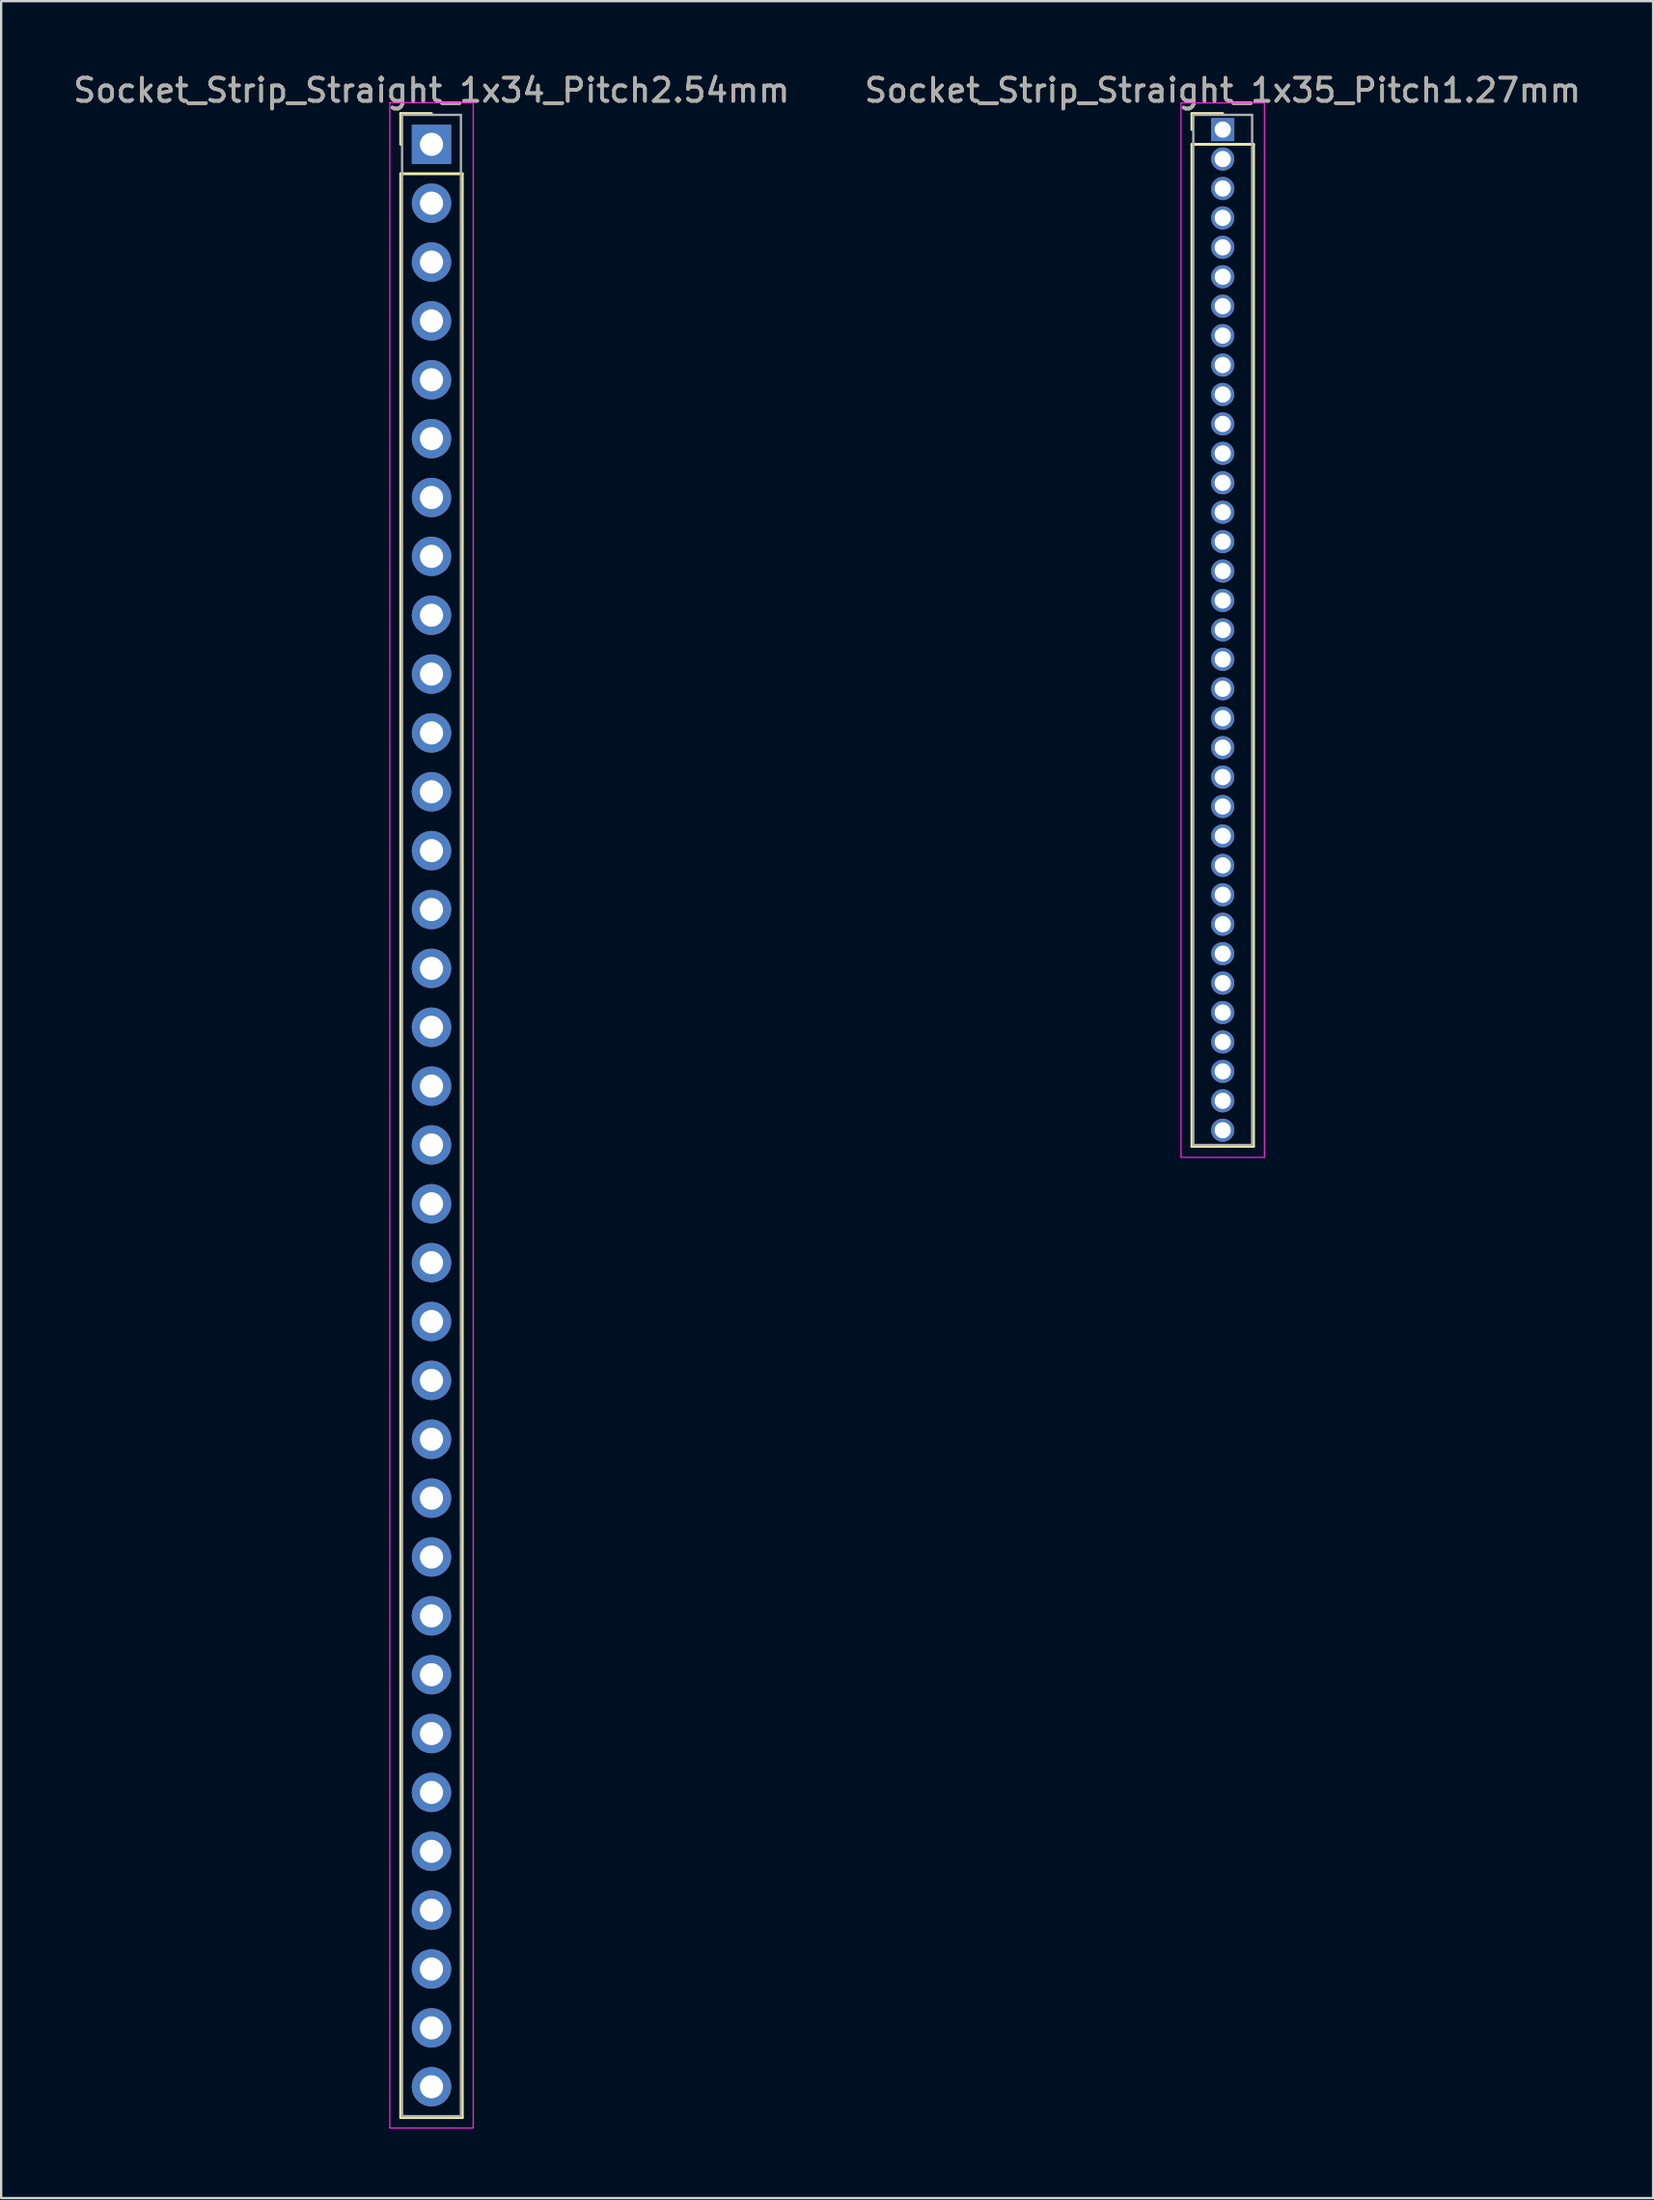
<source format=kicad_pcb>
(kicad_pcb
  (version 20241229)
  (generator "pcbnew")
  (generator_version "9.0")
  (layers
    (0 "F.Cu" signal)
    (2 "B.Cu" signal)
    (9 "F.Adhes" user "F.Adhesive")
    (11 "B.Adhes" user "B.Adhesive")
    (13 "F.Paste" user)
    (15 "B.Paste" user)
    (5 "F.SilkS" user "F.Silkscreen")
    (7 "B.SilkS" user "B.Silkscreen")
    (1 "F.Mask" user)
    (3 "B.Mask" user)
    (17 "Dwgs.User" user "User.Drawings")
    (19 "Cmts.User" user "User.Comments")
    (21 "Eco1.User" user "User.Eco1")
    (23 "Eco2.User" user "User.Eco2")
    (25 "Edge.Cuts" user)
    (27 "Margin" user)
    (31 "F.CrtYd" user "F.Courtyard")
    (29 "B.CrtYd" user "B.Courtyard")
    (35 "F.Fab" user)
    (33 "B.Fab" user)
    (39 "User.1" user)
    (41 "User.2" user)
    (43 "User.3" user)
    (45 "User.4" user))
  (footprint "Socket_Strip_Straight_1x34_Pitch2.54mm"
    (layer "F.Cu")
    (at 15.577 3.178)
    (property "Reference" "Socket_Strip_Straight_1x34_Pitch2.54mm" (at 0 -2.33 0) (layer "F.SilkS") (effects (font (size 1 1) (thickness 0.15))))
    (attr through_hole)
    (fp_line (start -1.33 -1.33) (end 0 -1.33) (stroke (width 0.12) (type solid)) (layer "F.SilkS"))
    (fp_line (start -1.33 0) (end -1.33 -1.33) (stroke (width 0.12) (type solid)) (layer "F.SilkS"))
    (fp_line (start -1.33 1.27) (end -1.33 85.15) (stroke (width 0.12) (type solid)) (layer "F.SilkS"))
    (fp_line (start -1.33 85.15) (end 1.33 85.15) (stroke (width 0.12) (type solid)) (layer "F.SilkS"))
    (fp_line (start 1.33 1.27) (end -1.33 1.27) (stroke (width 0.12) (type solid)) (layer "F.SilkS"))
    (fp_line (start 1.33 85.15) (end 1.33 1.27) (stroke (width 0.12) (type solid)) (layer "F.SilkS"))
    (fp_line (start -1.8 -1.8) (end -1.8 85.6) (stroke (width 0.05) (type solid)) (layer "F.CrtYd"))
    (fp_line (start -1.8 85.6) (end 1.8 85.6) (stroke (width 0.05) (type solid)) (layer "F.CrtYd"))
    (fp_line (start 1.8 -1.8) (end -1.8 -1.8) (stroke (width 0.05) (type solid)) (layer "F.CrtYd"))
    (fp_line (start 1.8 85.6) (end 1.8 -1.8) (stroke (width 0.05) (type solid)) (layer "F.CrtYd"))
    (fp_line (start -1.27 -1.27) (end -1.27 85.09) (stroke (width 0.1) (type solid)) (layer "F.Fab"))
    (fp_line (start -1.27 85.09) (end 1.27 85.09) (stroke (width 0.1) (type solid)) (layer "F.Fab"))
    (fp_line (start 1.27 -1.27) (end -1.27 -1.27) (stroke (width 0.1) (type solid)) (layer "F.Fab"))
    (fp_line (start 1.27 85.09) (end 1.27 -1.27) (stroke (width 0.1) (type solid)) (layer "F.Fab"))
    (fp_text user "${REFERENCE}" (at 0 -2.33 0) (layer "F.Fab") (effects (font (size 1 1) (thickness 0.15))))
    (pad "1" thru_hole rect (at 0 0) (size 1.7 1.7) (drill 1) (layers "*.Cu" "*.Mask"))
    (pad "2" thru_hole oval (at 0 2.54) (size 1.7 1.7) (drill 1) (layers "*.Cu" "*.Mask"))
    (pad "3" thru_hole oval (at 0 5.08) (size 1.7 1.7) (drill 1) (layers "*.Cu" "*.Mask"))
    (pad "4" thru_hole oval (at 0 7.62) (size 1.7 1.7) (drill 1) (layers "*.Cu" "*.Mask"))
    (pad "5" thru_hole oval (at 0 10.16) (size 1.7 1.7) (drill 1) (layers "*.Cu" "*.Mask"))
    (pad "6" thru_hole oval (at 0 12.7) (size 1.7 1.7) (drill 1) (layers "*.Cu" "*.Mask"))
    (pad "7" thru_hole oval (at 0 15.24) (size 1.7 1.7) (drill 1) (layers "*.Cu" "*.Mask"))
    (pad "8" thru_hole oval (at 0 17.78) (size 1.7 1.7) (drill 1) (layers "*.Cu" "*.Mask"))
    (pad "9" thru_hole oval (at 0 20.32) (size 1.7 1.7) (drill 1) (layers "*.Cu" "*.Mask"))
    (pad "10" thru_hole oval (at 0 22.86) (size 1.7 1.7) (drill 1) (layers "*.Cu" "*.Mask"))
    (pad "11" thru_hole oval (at 0 25.4) (size 1.7 1.7) (drill 1) (layers "*.Cu" "*.Mask"))
    (pad "12" thru_hole oval (at 0 27.94) (size 1.7 1.7) (drill 1) (layers "*.Cu" "*.Mask"))
    (pad "13" thru_hole oval (at 0 30.48) (size 1.7 1.7) (drill 1) (layers "*.Cu" "*.Mask"))
    (pad "14" thru_hole oval (at 0 33.02) (size 1.7 1.7) (drill 1) (layers "*.Cu" "*.Mask"))
    (pad "15" thru_hole oval (at 0 35.56) (size 1.7 1.7) (drill 1) (layers "*.Cu" "*.Mask"))
    (pad "16" thru_hole oval (at 0 38.1) (size 1.7 1.7) (drill 1) (layers "*.Cu" "*.Mask"))
    (pad "17" thru_hole oval (at 0 40.64) (size 1.7 1.7) (drill 1) (layers "*.Cu" "*.Mask"))
    (pad "18" thru_hole oval (at 0 43.18) (size 1.7 1.7) (drill 1) (layers "*.Cu" "*.Mask"))
    (pad "19" thru_hole oval (at 0 45.72) (size 1.7 1.7) (drill 1) (layers "*.Cu" "*.Mask"))
    (pad "20" thru_hole oval (at 0 48.26) (size 1.7 1.7) (drill 1) (layers "*.Cu" "*.Mask"))
    (pad "21" thru_hole oval (at 0 50.8) (size 1.7 1.7) (drill 1) (layers "*.Cu" "*.Mask"))
    (pad "22" thru_hole oval (at 0 53.34) (size 1.7 1.7) (drill 1) (layers "*.Cu" "*.Mask"))
    (pad "23" thru_hole oval (at 0 55.88) (size 1.7 1.7) (drill 1) (layers "*.Cu" "*.Mask"))
    (pad "24" thru_hole oval (at 0 58.42) (size 1.7 1.7) (drill 1) (layers "*.Cu" "*.Mask"))
    (pad "25" thru_hole oval (at 0 60.96) (size 1.7 1.7) (drill 1) (layers "*.Cu" "*.Mask"))
    (pad "26" thru_hole oval (at 0 63.5) (size 1.7 1.7) (drill 1) (layers "*.Cu" "*.Mask"))
    (pad "27" thru_hole oval (at 0 66.04) (size 1.7 1.7) (drill 1) (layers "*.Cu" "*.Mask"))
    (pad "28" thru_hole oval (at 0 68.58) (size 1.7 1.7) (drill 1) (layers "*.Cu" "*.Mask"))
    (pad "29" thru_hole oval (at 0 71.12) (size 1.7 1.7) (drill 1) (layers "*.Cu" "*.Mask"))
    (pad "30" thru_hole oval (at 0 73.66) (size 1.7 1.7) (drill 1) (layers "*.Cu" "*.Mask"))
    (pad "31" thru_hole oval (at 0 76.2) (size 1.7 1.7) (drill 1) (layers "*.Cu" "*.Mask"))
    (pad "32" thru_hole oval (at 0 78.74) (size 1.7 1.7) (drill 1) (layers "*.Cu" "*.Mask"))
    (pad "33" thru_hole oval (at 0 81.28) (size 1.7 1.7) (drill 1) (layers "*.Cu" "*.Mask"))
    (pad "34" thru_hole oval (at 0 83.82) (size 1.7 1.7) (drill 1) (layers "*.Cu" "*.Mask")))
  (footprint "Socket_Strip_Straight_1x35_Pitch1.27mm"
    (layer "F.Cu")
    (at 49.732 2.543)
    (property "Reference" "Socket_Strip_Straight_1x35_Pitch1.27mm" (at 0 -1.695 0) (layer "F.SilkS") (effects (font (size 1 1) (thickness 0.15))))
    (attr through_hole)
    (fp_line (start -1.33 -0.695) (end 0 -0.695) (stroke (width 0.12) (type solid)) (layer "F.SilkS"))
    (fp_line (start -1.33 0) (end -1.33 -0.695) (stroke (width 0.12) (type solid)) (layer "F.SilkS"))
    (fp_line (start -1.33 0.635) (end -1.33 43.875) (stroke (width 0.12) (type solid)) (layer "F.SilkS"))
    (fp_line (start -1.33 43.875) (end 1.33 43.875) (stroke (width 0.12) (type solid)) (layer "F.SilkS"))
    (fp_line (start 1.33 0.635) (end -1.33 0.635) (stroke (width 0.12) (type solid)) (layer "F.SilkS"))
    (fp_line (start 1.33 43.875) (end 1.33 0.635) (stroke (width 0.12) (type solid)) (layer "F.SilkS"))
    (fp_line (start -1.8 -1.15) (end -1.8 44.35) (stroke (width 0.05) (type solid)) (layer "F.CrtYd"))
    (fp_line (start -1.8 44.35) (end 1.8 44.35) (stroke (width 0.05) (type solid)) (layer "F.CrtYd"))
    (fp_line (start 1.8 -1.15) (end -1.8 -1.15) (stroke (width 0.05) (type solid)) (layer "F.CrtYd"))
    (fp_line (start 1.8 44.35) (end 1.8 -1.15) (stroke (width 0.05) (type solid)) (layer "F.CrtYd"))
    (fp_line (start -1.27 -0.635) (end -1.27 43.815) (stroke (width 0.1) (type solid)) (layer "F.Fab"))
    (fp_line (start -1.27 43.815) (end 1.27 43.815) (stroke (width 0.1) (type solid)) (layer "F.Fab"))
    (fp_line (start 1.27 -0.635) (end -1.27 -0.635) (stroke (width 0.1) (type solid)) (layer "F.Fab"))
    (fp_line (start 1.27 43.815) (end 1.27 -0.635) (stroke (width 0.1) (type solid)) (layer "F.Fab"))
    (fp_text user "${REFERENCE}" (at 0 -1.695 0) (layer "F.Fab") (effects (font (size 1 1) (thickness 0.15))))
    (pad "1" thru_hole rect (at 0 0) (size 1 1) (drill 0.7) (layers "*.Cu" "*.Mask"))
    (pad "2" thru_hole oval (at 0 1.27) (size 1 1) (drill 0.7) (layers "*.Cu" "*.Mask"))
    (pad "3" thru_hole oval (at 0 2.54) (size 1 1) (drill 0.7) (layers "*.Cu" "*.Mask"))
    (pad "4" thru_hole oval (at 0 3.81) (size 1 1) (drill 0.7) (layers "*.Cu" "*.Mask"))
    (pad "5" thru_hole oval (at 0 5.08) (size 1 1) (drill 0.7) (layers "*.Cu" "*.Mask"))
    (pad "6" thru_hole oval (at 0 6.35) (size 1 1) (drill 0.7) (layers "*.Cu" "*.Mask"))
    (pad "7" thru_hole oval (at 0 7.62) (size 1 1) (drill 0.7) (layers "*.Cu" "*.Mask"))
    (pad "8" thru_hole oval (at 0 8.89) (size 1 1) (drill 0.7) (layers "*.Cu" "*.Mask"))
    (pad "9" thru_hole oval (at 0 10.16) (size 1 1) (drill 0.7) (layers "*.Cu" "*.Mask"))
    (pad "10" thru_hole oval (at 0 11.43) (size 1 1) (drill 0.7) (layers "*.Cu" "*.Mask"))
    (pad "11" thru_hole oval (at 0 12.7) (size 1 1) (drill 0.7) (layers "*.Cu" "*.Mask"))
    (pad "12" thru_hole oval (at 0 13.97) (size 1 1) (drill 0.7) (layers "*.Cu" "*.Mask"))
    (pad "13" thru_hole oval (at 0 15.24) (size 1 1) (drill 0.7) (layers "*.Cu" "*.Mask"))
    (pad "14" thru_hole oval (at 0 16.51) (size 1 1) (drill 0.7) (layers "*.Cu" "*.Mask"))
    (pad "15" thru_hole oval (at 0 17.78) (size 1 1) (drill 0.7) (layers "*.Cu" "*.Mask"))
    (pad "16" thru_hole oval (at 0 19.05) (size 1 1) (drill 0.7) (layers "*.Cu" "*.Mask"))
    (pad "17" thru_hole oval (at 0 20.32) (size 1 1) (drill 0.7) (layers "*.Cu" "*.Mask"))
    (pad "18" thru_hole oval (at 0 21.59) (size 1 1) (drill 0.7) (layers "*.Cu" "*.Mask"))
    (pad "19" thru_hole oval (at 0 22.86) (size 1 1) (drill 0.7) (layers "*.Cu" "*.Mask"))
    (pad "20" thru_hole oval (at 0 24.13) (size 1 1) (drill 0.7) (layers "*.Cu" "*.Mask"))
    (pad "21" thru_hole oval (at 0 25.4) (size 1 1) (drill 0.7) (layers "*.Cu" "*.Mask"))
    (pad "22" thru_hole oval (at 0 26.67) (size 1 1) (drill 0.7) (layers "*.Cu" "*.Mask"))
    (pad "23" thru_hole oval (at 0 27.94) (size 1 1) (drill 0.7) (layers "*.Cu" "*.Mask"))
    (pad "24" thru_hole oval (at 0 29.21) (size 1 1) (drill 0.7) (layers "*.Cu" "*.Mask"))
    (pad "25" thru_hole oval (at 0 30.48) (size 1 1) (drill 0.7) (layers "*.Cu" "*.Mask"))
    (pad "26" thru_hole oval (at 0 31.75) (size 1 1) (drill 0.7) (layers "*.Cu" "*.Mask"))
    (pad "27" thru_hole oval (at 0 33.02) (size 1 1) (drill 0.7) (layers "*.Cu" "*.Mask"))
    (pad "28" thru_hole oval (at 0 34.29) (size 1 1) (drill 0.7) (layers "*.Cu" "*.Mask"))
    (pad "29" thru_hole oval (at 0 35.56) (size 1 1) (drill 0.7) (layers "*.Cu" "*.Mask"))
    (pad "30" thru_hole oval (at 0 36.83) (size 1 1) (drill 0.7) (layers "*.Cu" "*.Mask"))
    (pad "31" thru_hole oval (at 0 38.1) (size 1 1) (drill 0.7) (layers "*.Cu" "*.Mask"))
    (pad "32" thru_hole oval (at 0 39.37) (size 1 1) (drill 0.7) (layers "*.Cu" "*.Mask"))
    (pad "33" thru_hole oval (at 0 40.64) (size 1 1) (drill 0.7) (layers "*.Cu" "*.Mask"))
    (pad "34" thru_hole oval (at 0 41.91) (size 1 1) (drill 0.7) (layers "*.Cu" "*.Mask"))
    (pad "35" thru_hole oval (at 0 43.18) (size 1 1) (drill 0.7) (layers "*.Cu" "*.Mask")))
  (gr_rect
    (start -3 -3)
    (end 68.31 91.803)
    (stroke (width 0.1) (type default))
    (fill no)
    (layer "Edge.Cuts")))
</source>
